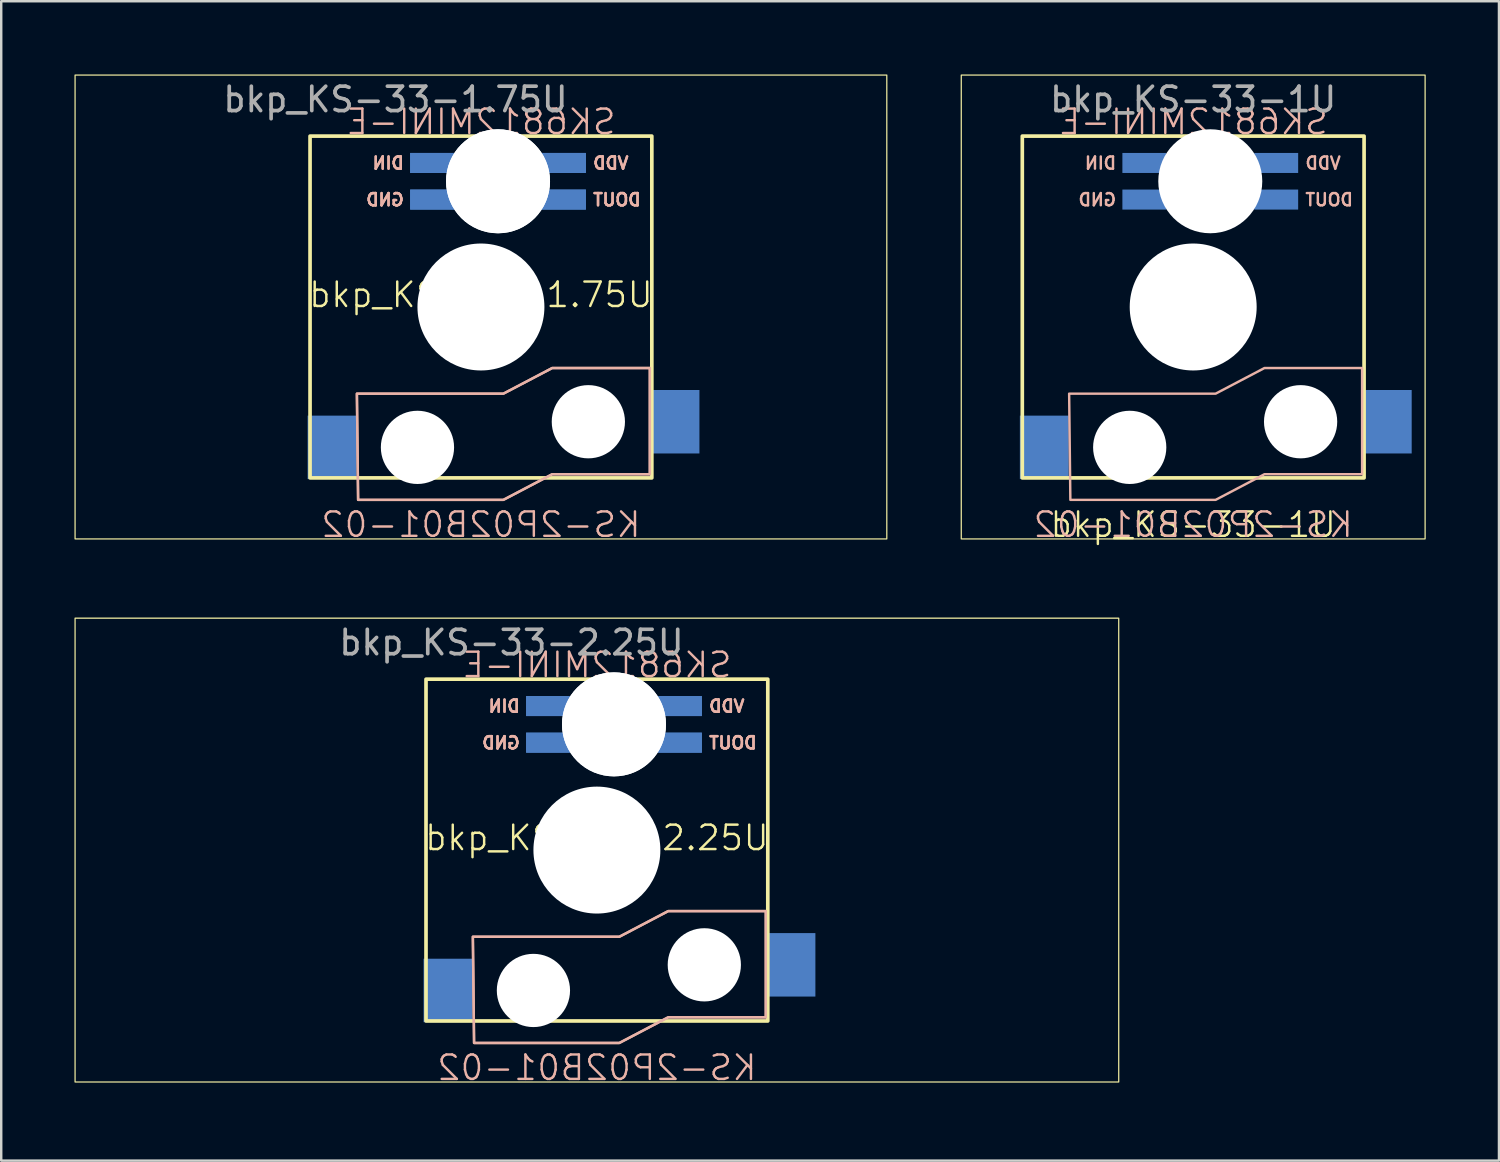
<source format=kicad_pcb>
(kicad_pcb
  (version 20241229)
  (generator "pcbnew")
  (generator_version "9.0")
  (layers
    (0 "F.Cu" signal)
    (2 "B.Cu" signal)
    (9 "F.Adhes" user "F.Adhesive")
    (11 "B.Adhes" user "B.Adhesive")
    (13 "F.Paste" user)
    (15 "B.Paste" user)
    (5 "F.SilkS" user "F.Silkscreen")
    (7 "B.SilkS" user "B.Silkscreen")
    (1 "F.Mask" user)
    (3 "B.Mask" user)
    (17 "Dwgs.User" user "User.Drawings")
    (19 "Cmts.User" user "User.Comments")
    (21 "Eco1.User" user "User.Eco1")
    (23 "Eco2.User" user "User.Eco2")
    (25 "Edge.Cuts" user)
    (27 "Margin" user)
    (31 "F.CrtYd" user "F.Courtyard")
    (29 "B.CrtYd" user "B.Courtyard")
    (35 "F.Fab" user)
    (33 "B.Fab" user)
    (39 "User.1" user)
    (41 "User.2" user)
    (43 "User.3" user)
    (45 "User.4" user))
  (footprint "bkp_KS-33-1.75U"
    (layer "F.Cu")
    (at 16.65 9.525)
    (property "Reference" "bkp_KS-33-1.75U" (at 0 -0.5 0) (unlocked yes) (layer "F.SilkS") (effects (font (size 1 1) (thickness 0.1))))
    (attr smd)
    (fp_rect (start -16.625 -9.5) (end 16.625 9.5) (stroke (width 0.05) (type solid)) (fill no) (layer "F.SilkS"))
    (fp_rect (start -7 -7) (end 7 7) (stroke (width 0.15) (type solid)) (fill no) (layer "F.SilkS"))
    (fp_poly (pts (xy -5.081 3.55) (xy -5.031 7.9) (xy 0.919 7.9) (xy 2.919 6.85) (xy 6.919 6.85) (xy 6.919 2.5) (xy 2.919 2.5) (xy 0.919 3.55)) (stroke (width 0.1) (type solid)) (fill no) (layer "B.SilkS"))
    (fp_poly (pts (xy -5.081 3.55) (xy -5.031 7.9) (xy 0.919 7.9) (xy 2.919 6.85) (xy 6.919 6.85) (xy 6.919 2.5) (xy 2.919 2.5) (xy 0.919 3.55)) (stroke (width 0.1) (type solid)) (fill no) (layer "B.SilkS"))
    (fp_text user "KS-2P02B01-02" (at 0 9.5 0) (unlocked yes) (layer "B.SilkS") (effects (font (size 1 1) (thickness 0.1)) (justify bottom mirror)))
    (fp_text user "VDD" (at 6.1 -5.6 0) (unlocked yes) (layer "B.SilkS") (effects (font (size 0.5 0.5) (thickness 0.1)) (justify left bottom mirror)))
    (fp_text user "DIN" (at -3.1 -5.6 0) (unlocked yes) (layer "B.SilkS") (effects (font (size 0.5 0.5) (thickness 0.1)) (justify left bottom mirror)))
    (fp_text user "DOUT" (at 6.6 -4.1 0) (unlocked yes) (layer "B.SilkS") (effects (font (size 0.5 0.5) (thickness 0.1)) (justify left bottom mirror)))
    (fp_text user "DIN" (at -3.1 -5.6 0) (unlocked yes) (layer "B.SilkS") (effects (font (size 0.5 0.5) (thickness 0.1)) (justify left bottom mirror)))
    (fp_text user "VDD" (at 6.1 -5.6 0) (unlocked yes) (layer "B.SilkS") (effects (font (size 0.5 0.5) (thickness 0.1)) (justify left bottom mirror)))
    (fp_text user "GND" (at -3.1 -4.1 0) (unlocked yes) (layer "B.SilkS") (effects (font (size 0.5 0.5) (thickness 0.1)) (justify left bottom mirror)))
    (fp_text user "SK6812MINI-E" (at 0 -7 0) (unlocked yes) (layer "B.SilkS") (effects (font (size 1 1) (thickness 0.1)) (justify bottom mirror)))
    (fp_text user "DOUT" (at 6.6 -4.1 0) (unlocked yes) (layer "B.SilkS") (effects (font (size 0.5 0.5) (thickness 0.1)) (justify left bottom mirror)))
    (fp_text user "GND" (at -3.1 -4.1 0) (unlocked yes) (layer "B.SilkS") (effects (font (size 0.5 0.5) (thickness 0.1)) (justify left bottom mirror)))
    (fp_text user "${REFERENCE}" (at -3.5 -8.5 0) (unlocked yes) (layer "F.Fab") (effects (font (size 1 1) (thickness 0.15))))
    (pad "" np_thru_hole circle (at -2.6 5.75) (size 3 3) (drill 3) (layers "*.Cu" "*.Mask"))
    (pad "" np_thru_hole circle (at 0 0) (size 5.2 5.2) (drill 5.25) (layers "*.Cu" "*.Mask"))
    (pad "" np_thru_hole circle (at 0.7 -5.15) (size 4.26 4.26) (drill 4.26) (layers "*.Cu" "*.Mask"))
    (pad "" np_thru_hole circle (at 0.7 -5.15) (size 4.26 4.26) (drill 4.26) (layers "*.Cu" "*.Mask"))
    (pad "" np_thru_hole circle (at 4.4 4.7) (size 3 3) (drill 3) (layers "*.Cu" "*.Mask"))
    (pad "1" smd rect (at 3.4 -5.9) (size 1.8 0.82) (layers "B.Cu" "B.Mask" "B.Paste"))
    (pad "1" smd rect (at 3.4 -5.9) (size 1.8 0.82) (layers "B.Cu" "B.Mask" "B.Paste"))
    (pad "2" smd rect (at 3.4 -4.4) (size 1.8 0.82) (layers "B.Cu" "B.Mask" "B.Paste"))
    (pad "2" smd rect (at 3.4 -4.4) (size 1.8 0.82) (layers "B.Cu" "B.Mask" "B.Paste"))
    (pad "3" smd rect (at -2 -4.4) (size 1.8 0.82) (layers "B.Cu" "B.Mask" "B.Paste"))
    (pad "3" smd rect (at -2 -4.4) (size 1.8 0.82) (layers "B.Cu" "B.Mask" "B.Paste"))
    (pad "4" smd rect (at -2 -5.9) (size 1.8 0.82) (layers "B.Cu" "B.Mask" "B.Paste"))
    (pad "4" smd rect (at -2 -5.9) (size 1.8 0.82) (layers "B.Cu" "B.Mask" "B.Paste"))
    (pad "A" smd rect (at 7.95 4.7) (size 2 2.6) (layers "B.Cu" "B.Mask" "B.Paste"))
    (pad "B" smd rect (at -6.1 5.75) (size 2 2.6) (layers "B.Cu" "B.Mask" "B.Paste")))
  (footprint "bkp_KS-33-1U"
    (layer "F.Cu")
    (at 45.825 9.525)
    (property "Reference" "bkp_KS-33-1U" (at 0 9.5 0) (unlocked yes) (layer "F.SilkS") (effects (font (size 1 1) (thickness 0.1)) (justify bottom)))
    (attr smd)
    (fp_rect (start -9.5 -9.5) (end 9.5 9.5) (stroke (width 0.05) (type solid)) (fill no) (layer "F.SilkS"))
    (fp_rect (start -7 -7) (end 7 7) (stroke (width 0.15) (type solid)) (fill no) (layer "F.SilkS"))
    (fp_poly (pts (xy -5.081 3.55) (xy -5.031 7.9) (xy 0.919 7.9) (xy 2.919 6.85) (xy 6.919 6.85) (xy 6.919 2.5) (xy 2.919 2.5) (xy 0.919 3.55)) (stroke (width 0.1) (type solid)) (fill no) (layer "B.SilkS"))
    (fp_text user "VDD" (at 6.1 -5.6 0) (unlocked yes) (layer "B.SilkS") (effects (font (size 0.5 0.5) (thickness 0.1)) (justify left bottom mirror)))
    (fp_text user "DOUT" (at 6.6 -4.1 0) (unlocked yes) (layer "B.SilkS") (effects (font (size 0.5 0.5) (thickness 0.1)) (justify left bottom mirror)))
    (fp_text user "GND" (at -3.1 -4.1 0) (unlocked yes) (layer "B.SilkS") (effects (font (size 0.5 0.5) (thickness 0.1)) (justify left bottom mirror)))
    (fp_text user "KS-2P02B01-02" (at 0 9.5 0) (unlocked yes) (layer "B.SilkS") (effects (font (size 1 1) (thickness 0.1)) (justify bottom mirror)))
    (fp_text user "SK6812MINI-E" (at 0 -7 0) (unlocked yes) (layer "B.SilkS") (effects (font (size 1 1) (thickness 0.1)) (justify bottom mirror)))
    (fp_text user "DIN" (at -3.1 -5.6 0) (unlocked yes) (layer "B.SilkS") (effects (font (size 0.5 0.5) (thickness 0.1)) (justify left bottom mirror)))
    (fp_text user "${REFERENCE}" (at 0 -8.5 0) (unlocked yes) (layer "F.Fab") (effects (font (size 1 1) (thickness 0.15))))
    (pad "" np_thru_hole circle (at -2.6 5.75) (size 3 3) (drill 3) (layers "*.Cu" "*.Mask"))
    (pad "" np_thru_hole circle (at 0 0) (size 5.2 5.2) (drill 5.25) (layers "*.Cu" "*.Mask"))
    (pad "" np_thru_hole circle (at 0.7 -5.15) (size 4.26 4.26) (drill 4.26) (layers "*.Cu" "*.Mask"))
    (pad "" np_thru_hole circle (at 4.4 4.7) (size 3 3) (drill 3) (layers "*.Cu" "*.Mask"))
    (pad "1" smd rect (at 3.4 -5.9) (size 1.8 0.82) (layers "B.Cu" "B.Mask" "B.Paste"))
    (pad "2" smd rect (at 3.4 -4.4) (size 1.8 0.82) (layers "B.Cu" "B.Mask" "B.Paste"))
    (pad "3" smd rect (at -2 -4.4) (size 1.8 0.82) (layers "B.Cu" "B.Mask" "B.Paste"))
    (pad "4" smd rect (at -2 -5.9) (size 1.8 0.82) (layers "B.Cu" "B.Mask" "B.Paste"))
    (pad "A" smd rect (at 7.95 4.7) (size 2 2.6) (layers "B.Cu" "B.Mask" "B.Paste"))
    (pad "B" smd rect (at -6.1 5.75) (size 2 2.6) (layers "B.Cu" "B.Mask" "B.Paste")))
  (footprint "bkp_KS-33-2.25U"
    (layer "F.Cu")
    (at 21.4 31.771)
    (property "Reference" "bkp_KS-33-2.25U" (at 0 -0.5 0) (unlocked yes) (layer "F.SilkS") (effects (font (size 1 1) (thickness 0.1))))
    (attr smd)
    (fp_rect (start -21.375 -9.5) (end 21.375 9.5) (stroke (width 0.05) (type solid)) (fill no) (layer "F.SilkS"))
    (fp_rect (start -7 -7) (end 7 7) (stroke (width 0.15) (type solid)) (fill no) (layer "F.SilkS"))
    (fp_poly (pts (xy -5.081 3.55) (xy -5.031 7.9) (xy 0.919 7.9) (xy 2.919 6.85) (xy 6.919 6.85) (xy 6.919 2.5) (xy 2.919 2.5) (xy 0.919 3.55)) (stroke (width 0.1) (type solid)) (fill no) (layer "B.SilkS"))
    (fp_poly (pts (xy -5.081 3.55) (xy -5.031 7.9) (xy 0.919 7.9) (xy 2.919 6.85) (xy 6.919 6.85) (xy 6.919 2.5) (xy 2.919 2.5) (xy 0.919 3.55)) (stroke (width 0.1) (type solid)) (fill no) (layer "B.SilkS"))
    (fp_text user "VDD" (at 6.1 -5.6 0) (unlocked yes) (layer "B.SilkS") (effects (font (size 0.5 0.5) (thickness 0.1)) (justify left bottom mirror)))
    (fp_text user "DIN" (at -3.1 -5.6 0) (unlocked yes) (layer "B.SilkS") (effects (font (size 0.5 0.5) (thickness 0.1)) (justify left bottom mirror)))
    (fp_text user "VDD" (at 6.1 -5.6 0) (unlocked yes) (layer "B.SilkS") (effects (font (size 0.5 0.5) (thickness 0.1)) (justify left bottom mirror)))
    (fp_text user "DIN" (at -3.1 -5.6 0) (unlocked yes) (layer "B.SilkS") (effects (font (size 0.5 0.5) (thickness 0.1)) (justify left bottom mirror)))
    (fp_text user "SK6812MINI-E" (at 0 -7 0) (unlocked yes) (layer "B.SilkS") (effects (font (size 1 1) (thickness 0.1)) (justify bottom mirror)))
    (fp_text user "DOUT" (at 6.6 -4.1 0) (unlocked yes) (layer "B.SilkS") (effects (font (size 0.5 0.5) (thickness 0.1)) (justify left bottom mirror)))
    (fp_text user "DOUT" (at 6.6 -4.1 0) (unlocked yes) (layer "B.SilkS") (effects (font (size 0.5 0.5) (thickness 0.1)) (justify left bottom mirror)))
    (fp_text user "GND" (at -3.1 -4.1 0) (unlocked yes) (layer "B.SilkS") (effects (font (size 0.5 0.5) (thickness 0.1)) (justify left bottom mirror)))
    (fp_text user "KS-2P02B01-02" (at 0 9.5 0) (unlocked yes) (layer "B.SilkS") (effects (font (size 1 1) (thickness 0.1)) (justify bottom mirror)))
    (fp_text user "GND" (at -3.1 -4.1 0) (unlocked yes) (layer "B.SilkS") (effects (font (size 0.5 0.5) (thickness 0.1)) (justify left bottom mirror)))
    (fp_text user "${REFERENCE}" (at -3.5 -8.5 0) (unlocked yes) (layer "F.Fab") (effects (font (size 1 1) (thickness 0.15))))
    (pad "" np_thru_hole circle (at -2.6 5.75) (size 3 3) (drill 3) (layers "*.Cu" "*.Mask"))
    (pad "" np_thru_hole circle (at 0 0) (size 5.2 5.2) (drill 5.25) (layers "*.Cu" "*.Mask"))
    (pad "" np_thru_hole circle (at 0.7 -5.15) (size 4.26 4.26) (drill 4.26) (layers "*.Cu" "*.Mask"))
    (pad "" np_thru_hole circle (at 0.7 -5.15) (size 4.26 4.26) (drill 4.26) (layers "*.Cu" "*.Mask"))
    (pad "" np_thru_hole circle (at 4.4 4.7) (size 3 3) (drill 3) (layers "*.Cu" "*.Mask"))
    (pad "1" smd rect (at 3.4 -5.9) (size 1.8 0.82) (layers "B.Cu" "B.Mask" "B.Paste"))
    (pad "1" smd rect (at 3.4 -5.9) (size 1.8 0.82) (layers "B.Cu" "B.Mask" "B.Paste"))
    (pad "2" smd rect (at 3.4 -4.4) (size 1.8 0.82) (layers "B.Cu" "B.Mask" "B.Paste"))
    (pad "2" smd rect (at 3.4 -4.4) (size 1.8 0.82) (layers "B.Cu" "B.Mask" "B.Paste"))
    (pad "3" smd rect (at -2 -4.4) (size 1.8 0.82) (layers "B.Cu" "B.Mask" "B.Paste"))
    (pad "3" smd rect (at -2 -4.4) (size 1.8 0.82) (layers "B.Cu" "B.Mask" "B.Paste"))
    (pad "4" smd rect (at -2 -5.9) (size 1.8 0.82) (layers "B.Cu" "B.Mask" "B.Paste"))
    (pad "4" smd rect (at -2 -5.9) (size 1.8 0.82) (layers "B.Cu" "B.Mask" "B.Paste"))
    (pad "A" smd rect (at 7.95 4.7) (size 2 2.6) (layers "B.Cu" "B.Mask" "B.Paste"))
    (pad "B" smd rect (at -6.1 5.75) (size 2 2.6) (layers "B.Cu" "B.Mask" "B.Paste")))
  (gr_rect
    (start -3 -3)
    (end 58.35 44.492)
    (stroke (width 0.1) (type default))
    (fill no)
    (layer "Edge.Cuts")))
</source>
